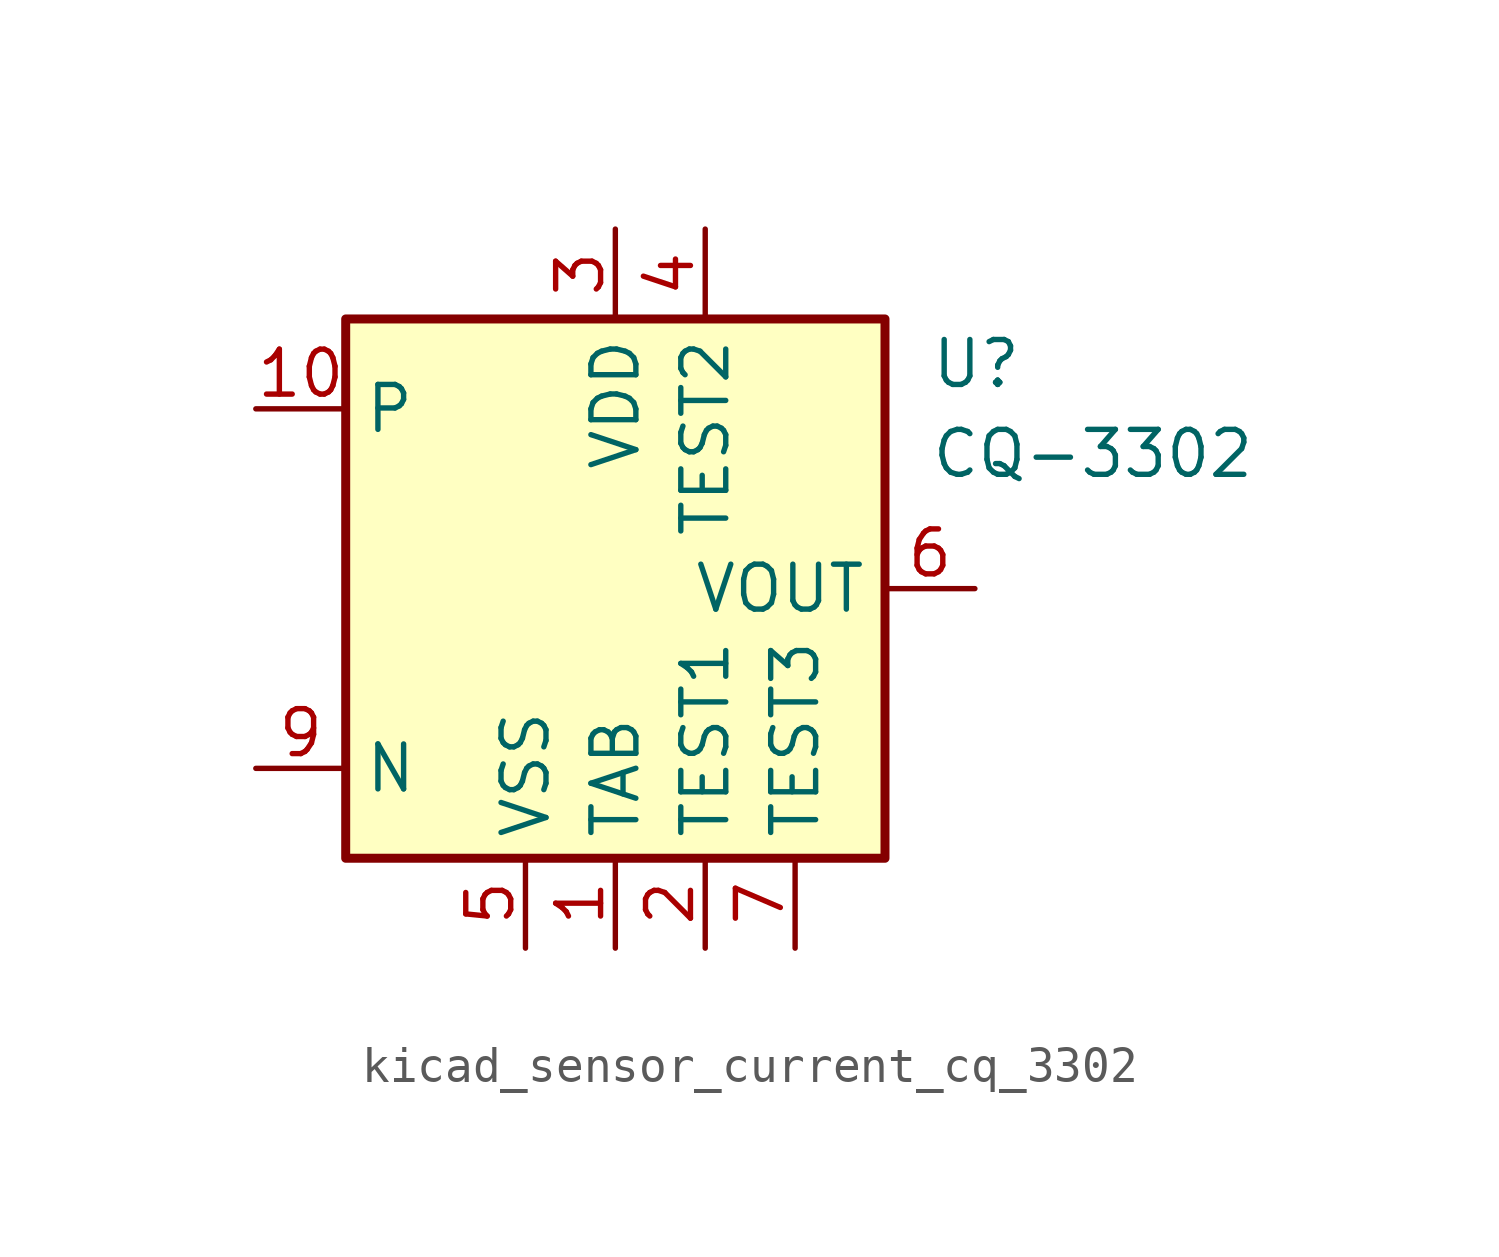
<source format=kicad_sym>
(kicad_symbol_lib
  (version 20220914)
  (generator kicad_symbol_editor)
  (symbol "kicad_sensor_current_cq_3302"
    (property "Reference" "U"
      (at 8.89 6.35 0)
      (effects (font (size 1.27 1.27)) (justify left)))
    (property "Value" "CQ-3302"
      (at 8.89 3.81 0)
      (effects (font (size 1.27 1.27)) (justify left)))
    (symbol "kicad_sensor_current_cq_3302_0_1"
      (rectangle (start -7.62 7.62) (end 7.62 -7.62) (stroke (width 0.254) (type default)) (fill (type background))))
    (symbol "kicad_sensor_current_cq_3302_1_1"
      (pin power_in line (at 0 -10.16 90) (length 2.54) (name "TAB" (effects (font (size 1.27 1.27)))) (number "1" (effects (font (size 1.27 1.27)))))
      (pin passive line (at -10.16 5.08 0) (length 2.54) (name "P" (effects (font (size 1.27 1.27)))) (number "10" (effects (font (size 1.27 1.27)))))
      (pin power_in line (at 2.54 -10.16 90) (length 2.54) (name "TEST1" (effects (font (size 1.27 1.27)))) (number "2" (effects (font (size 1.27 1.27)))))
      (pin power_in line (at 0 10.16 270) (length 2.54) (name "VDD" (effects (font (size 1.27 1.27)))) (number "3" (effects (font (size 1.27 1.27)))))
      (pin power_in line (at 2.54 10.16 270) (length 2.54) (name "TEST2" (effects (font (size 1.27 1.27)))) (number "4" (effects (font (size 1.27 1.27)))))
      (pin power_in line (at -2.54 -10.16 90) (length 2.54) (name "VSS" (effects (font (size 1.27 1.27)))) (number "5" (effects (font (size 1.27 1.27)))))
      (pin output line (at 10.16 0 180) (length 2.54) (name "VOUT" (effects (font (size 1.27 1.27)))) (number "6" (effects (font (size 1.27 1.27)))))
      (pin power_in line (at 5.08 -10.16 90) (length 2.54) (name "TEST3" (effects (font (size 1.27 1.27)))) (number "7" (effects (font (size 1.27 1.27)))))
      (pin passive line (at 0 -10.16 90) (length 2.54) hide (name "TAB" (effects (font (size 1.27 1.27)))) (number "8" (effects (font (size 1.27 1.27)))))
      (pin passive line (at -10.16 -5.08 0) (length 2.54) (name "N" (effects (font (size 1.27 1.27)))) (number "9" (effects (font (size 1.27 1.27))))))))
</source>
